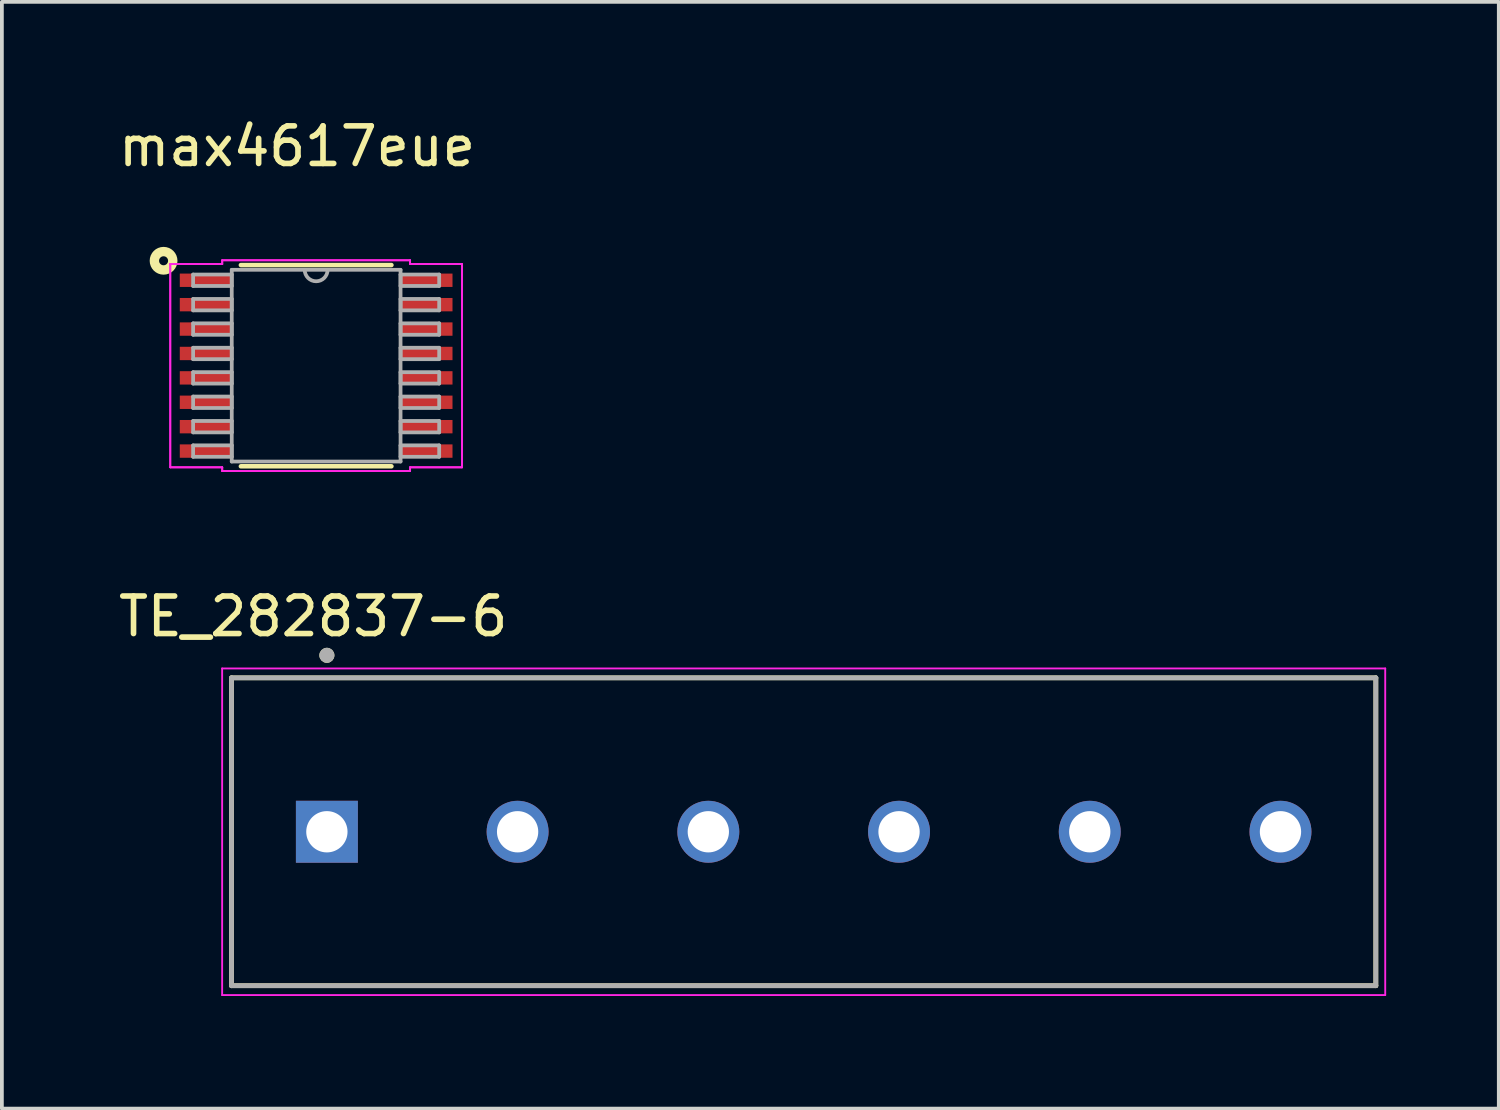
<source format=kicad_pcb>
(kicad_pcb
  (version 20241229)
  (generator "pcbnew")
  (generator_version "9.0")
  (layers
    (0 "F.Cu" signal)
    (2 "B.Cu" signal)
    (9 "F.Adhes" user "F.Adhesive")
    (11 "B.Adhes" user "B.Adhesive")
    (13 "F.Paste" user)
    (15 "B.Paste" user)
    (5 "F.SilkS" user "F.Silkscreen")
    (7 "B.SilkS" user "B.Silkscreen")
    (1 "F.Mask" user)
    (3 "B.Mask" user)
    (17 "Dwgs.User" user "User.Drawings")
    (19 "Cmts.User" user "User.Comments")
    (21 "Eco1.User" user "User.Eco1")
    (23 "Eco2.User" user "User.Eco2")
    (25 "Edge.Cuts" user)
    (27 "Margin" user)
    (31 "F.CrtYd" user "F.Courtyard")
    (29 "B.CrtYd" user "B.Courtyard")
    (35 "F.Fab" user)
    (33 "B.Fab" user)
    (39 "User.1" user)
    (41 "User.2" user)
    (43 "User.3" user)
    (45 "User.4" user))
  (footprint "max4617eue"
    (layer "F.Cu")
    (at 5.371 6.69)
    (property "Reference" "max4617eue" (at -0.508 -5.842 0) (layer "F.SilkS") (effects (font (size 1 1) (thickness 0.15))))
    (attr through_hole)
    (fp_line (start -2.005 2.68) (end 2.005 2.68) (stroke (width 0.12) (type solid)) (layer "F.SilkS"))
    (fp_line (start 2.005 -2.68) (end -2.005 -2.68) (stroke (width 0.12) (type solid)) (layer "F.SilkS"))
    (fp_circle (center -4.064 -2.794) (end -3.944 -2.794) (stroke (width 0.25) (type solid)) (fill no) (layer "F.SilkS"))
    (fp_line (start -3.886 -2.707) (end -2.502 -2.707) (stroke (width 0.05) (type solid)) (layer "F.CrtYd"))
    (fp_line (start -3.886 -2.707) (end -2.502 -2.707) (stroke (width 0.05) (type solid)) (layer "F.CrtYd"))
    (fp_line (start -3.886 2.707) (end -3.886 -2.707) (stroke (width 0.05) (type solid)) (layer "F.CrtYd"))
    (fp_line (start -3.886 2.707) (end -3.886 -2.707) (stroke (width 0.05) (type solid)) (layer "F.CrtYd"))
    (fp_line (start -3.886 2.707) (end -2.502 2.707) (stroke (width 0.05) (type solid)) (layer "F.CrtYd"))
    (fp_line (start -2.502 -2.807) (end 2.502 -2.807) (stroke (width 0.05) (type solid)) (layer "F.CrtYd"))
    (fp_line (start -2.502 -2.807) (end 2.502 -2.807) (stroke (width 0.05) (type solid)) (layer "F.CrtYd"))
    (fp_line (start -2.502 -2.707) (end -2.502 -2.807) (stroke (width 0.05) (type solid)) (layer "F.CrtYd"))
    (fp_line (start -2.502 -2.707) (end -2.502 -2.807) (stroke (width 0.05) (type solid)) (layer "F.CrtYd"))
    (fp_line (start -2.502 2.707) (end -3.886 2.707) (stroke (width 0.05) (type solid)) (layer "F.CrtYd"))
    (fp_line (start -2.502 2.807) (end -2.502 2.707) (stroke (width 0.05) (type solid)) (layer "F.CrtYd"))
    (fp_line (start -2.502 2.807) (end -2.502 2.707) (stroke (width 0.05) (type solid)) (layer "F.CrtYd"))
    (fp_line (start 2.502 -2.807) (end 2.502 -2.707) (stroke (width 0.05) (type solid)) (layer "F.CrtYd"))
    (fp_line (start 2.502 -2.807) (end 2.502 -2.707) (stroke (width 0.05) (type solid)) (layer "F.CrtYd"))
    (fp_line (start 2.502 -2.707) (end 3.886 -2.707) (stroke (width 0.05) (type solid)) (layer "F.CrtYd"))
    (fp_line (start 2.502 2.707) (end 2.502 2.807) (stroke (width 0.05) (type solid)) (layer "F.CrtYd"))
    (fp_line (start 2.502 2.707) (end 2.502 2.807) (stroke (width 0.05) (type solid)) (layer "F.CrtYd"))
    (fp_line (start 2.502 2.807) (end -2.502 2.807) (stroke (width 0.05) (type solid)) (layer "F.CrtYd"))
    (fp_line (start 2.502 2.807) (end -2.502 2.807) (stroke (width 0.05) (type solid)) (layer "F.CrtYd"))
    (fp_line (start 3.886 -2.707) (end 2.502 -2.707) (stroke (width 0.05) (type solid)) (layer "F.CrtYd"))
    (fp_line (start 3.886 -2.707) (end 3.886 2.707) (stroke (width 0.05) (type solid)) (layer "F.CrtYd"))
    (fp_line (start 3.886 -2.707) (end 3.886 2.707) (stroke (width 0.05) (type solid)) (layer "F.CrtYd"))
    (fp_line (start 3.886 2.707) (end 2.502 2.707) (stroke (width 0.05) (type solid)) (layer "F.CrtYd"))
    (fp_line (start 3.886 2.707) (end 2.502 2.707) (stroke (width 0.05) (type solid)) (layer "F.CrtYd"))
    (fp_line (start -3.277 -2.427) (end -3.277 -2.123) (stroke (width 0.1) (type solid)) (layer "F.Fab"))
    (fp_line (start -3.277 -2.123) (end -2.248 -2.123) (stroke (width 0.1) (type solid)) (layer "F.Fab"))
    (fp_line (start -3.277 -1.777) (end -3.277 -1.473) (stroke (width 0.1) (type solid)) (layer "F.Fab"))
    (fp_line (start -3.277 -1.473) (end -2.248 -1.473) (stroke (width 0.1) (type solid)) (layer "F.Fab"))
    (fp_line (start -3.277 -1.127) (end -3.277 -0.823) (stroke (width 0.1) (type solid)) (layer "F.Fab"))
    (fp_line (start -3.277 -0.823) (end -2.248 -0.823) (stroke (width 0.1) (type solid)) (layer "F.Fab"))
    (fp_line (start -3.277 -0.477) (end -3.277 -0.173) (stroke (width 0.1) (type solid)) (layer "F.Fab"))
    (fp_line (start -3.277 -0.173) (end -2.248 -0.173) (stroke (width 0.1) (type solid)) (layer "F.Fab"))
    (fp_line (start -3.277 0.173) (end -3.277 0.477) (stroke (width 0.1) (type solid)) (layer "F.Fab"))
    (fp_line (start -3.277 0.477) (end -2.248 0.477) (stroke (width 0.1) (type solid)) (layer "F.Fab"))
    (fp_line (start -3.277 0.823) (end -3.277 1.127) (stroke (width 0.1) (type solid)) (layer "F.Fab"))
    (fp_line (start -3.277 1.127) (end -2.248 1.127) (stroke (width 0.1) (type solid)) (layer "F.Fab"))
    (fp_line (start -3.277 1.473) (end -3.277 1.777) (stroke (width 0.1) (type solid)) (layer "F.Fab"))
    (fp_line (start -3.277 1.777) (end -2.248 1.777) (stroke (width 0.1) (type solid)) (layer "F.Fab"))
    (fp_line (start -3.277 2.123) (end -3.277 2.427) (stroke (width 0.1) (type solid)) (layer "F.Fab"))
    (fp_line (start -3.277 2.427) (end -2.248 2.427) (stroke (width 0.1) (type solid)) (layer "F.Fab"))
    (fp_line (start -2.248 -2.553) (end -2.248 2.553) (stroke (width 0.1) (type solid)) (layer "F.Fab"))
    (fp_line (start -2.248 -2.427) (end -3.277 -2.427) (stroke (width 0.1) (type solid)) (layer "F.Fab"))
    (fp_line (start -2.248 -2.123) (end -2.248 -2.427) (stroke (width 0.1) (type solid)) (layer "F.Fab"))
    (fp_line (start -2.248 -1.777) (end -3.277 -1.777) (stroke (width 0.1) (type solid)) (layer "F.Fab"))
    (fp_line (start -2.248 -1.473) (end -2.248 -1.777) (stroke (width 0.1) (type solid)) (layer "F.Fab"))
    (fp_line (start -2.248 -1.127) (end -3.277 -1.127) (stroke (width 0.1) (type solid)) (layer "F.Fab"))
    (fp_line (start -2.248 -0.823) (end -2.248 -1.127) (stroke (width 0.1) (type solid)) (layer "F.Fab"))
    (fp_line (start -2.248 -0.477) (end -3.277 -0.477) (stroke (width 0.1) (type solid)) (layer "F.Fab"))
    (fp_line (start -2.248 -0.173) (end -2.248 -0.477) (stroke (width 0.1) (type solid)) (layer "F.Fab"))
    (fp_line (start -2.248 0.173) (end -3.277 0.173) (stroke (width 0.1) (type solid)) (layer "F.Fab"))
    (fp_line (start -2.248 0.477) (end -2.248 0.173) (stroke (width 0.1) (type solid)) (layer "F.Fab"))
    (fp_line (start -2.248 0.823) (end -3.277 0.823) (stroke (width 0.1) (type solid)) (layer "F.Fab"))
    (fp_line (start -2.248 1.127) (end -2.248 0.823) (stroke (width 0.1) (type solid)) (layer "F.Fab"))
    (fp_line (start -2.248 1.473) (end -3.277 1.473) (stroke (width 0.1) (type solid)) (layer "F.Fab"))
    (fp_line (start -2.248 1.777) (end -2.248 1.473) (stroke (width 0.1) (type solid)) (layer "F.Fab"))
    (fp_line (start -2.248 2.123) (end -3.277 2.123) (stroke (width 0.1) (type solid)) (layer "F.Fab"))
    (fp_line (start -2.248 2.427) (end -2.248 2.123) (stroke (width 0.1) (type solid)) (layer "F.Fab"))
    (fp_line (start -2.248 2.553) (end 2.248 2.553) (stroke (width 0.1) (type solid)) (layer "F.Fab"))
    (fp_line (start 2.248 -2.553) (end -2.248 -2.553) (stroke (width 0.1) (type solid)) (layer "F.Fab"))
    (fp_line (start 2.248 -2.427) (end 2.248 -2.123) (stroke (width 0.1) (type solid)) (layer "F.Fab"))
    (fp_line (start 2.248 -2.123) (end 3.277 -2.123) (stroke (width 0.1) (type solid)) (layer "F.Fab"))
    (fp_line (start 2.248 -1.777) (end 2.248 -1.473) (stroke (width 0.1) (type solid)) (layer "F.Fab"))
    (fp_line (start 2.248 -1.473) (end 3.277 -1.473) (stroke (width 0.1) (type solid)) (layer "F.Fab"))
    (fp_line (start 2.248 -1.127) (end 2.248 -0.823) (stroke (width 0.1) (type solid)) (layer "F.Fab"))
    (fp_line (start 2.248 -0.823) (end 3.277 -0.823) (stroke (width 0.1) (type solid)) (layer "F.Fab"))
    (fp_line (start 2.248 -0.477) (end 2.248 -0.173) (stroke (width 0.1) (type solid)) (layer "F.Fab"))
    (fp_line (start 2.248 -0.173) (end 3.277 -0.173) (stroke (width 0.1) (type solid)) (layer "F.Fab"))
    (fp_line (start 2.248 0.173) (end 2.248 0.477) (stroke (width 0.1) (type solid)) (layer "F.Fab"))
    (fp_line (start 2.248 0.477) (end 3.277 0.477) (stroke (width 0.1) (type solid)) (layer "F.Fab"))
    (fp_line (start 2.248 0.823) (end 2.248 1.127) (stroke (width 0.1) (type solid)) (layer "F.Fab"))
    (fp_line (start 2.248 1.127) (end 3.277 1.127) (stroke (width 0.1) (type solid)) (layer "F.Fab"))
    (fp_line (start 2.248 1.473) (end 2.248 1.777) (stroke (width 0.1) (type solid)) (layer "F.Fab"))
    (fp_line (start 2.248 1.777) (end 3.277 1.777) (stroke (width 0.1) (type solid)) (layer "F.Fab"))
    (fp_line (start 2.248 2.123) (end 2.248 2.427) (stroke (width 0.1) (type solid)) (layer "F.Fab"))
    (fp_line (start 2.248 2.427) (end 3.277 2.427) (stroke (width 0.1) (type solid)) (layer "F.Fab"))
    (fp_line (start 2.248 2.553) (end 2.248 -2.553) (stroke (width 0.1) (type solid)) (layer "F.Fab"))
    (fp_line (start 3.277 -2.427) (end 2.248 -2.427) (stroke (width 0.1) (type solid)) (layer "F.Fab"))
    (fp_line (start 3.277 -2.123) (end 3.277 -2.427) (stroke (width 0.1) (type solid)) (layer "F.Fab"))
    (fp_line (start 3.277 -1.777) (end 2.248 -1.777) (stroke (width 0.1) (type solid)) (layer "F.Fab"))
    (fp_line (start 3.277 -1.473) (end 3.277 -1.777) (stroke (width 0.1) (type solid)) (layer "F.Fab"))
    (fp_line (start 3.277 -1.127) (end 2.248 -1.127) (stroke (width 0.1) (type solid)) (layer "F.Fab"))
    (fp_line (start 3.277 -0.823) (end 3.277 -1.127) (stroke (width 0.1) (type solid)) (layer "F.Fab"))
    (fp_line (start 3.277 -0.477) (end 2.248 -0.477) (stroke (width 0.1) (type solid)) (layer "F.Fab"))
    (fp_line (start 3.277 -0.173) (end 3.277 -0.477) (stroke (width 0.1) (type solid)) (layer "F.Fab"))
    (fp_line (start 3.277 0.173) (end 2.248 0.173) (stroke (width 0.1) (type solid)) (layer "F.Fab"))
    (fp_line (start 3.277 0.477) (end 3.277 0.173) (stroke (width 0.1) (type solid)) (layer "F.Fab"))
    (fp_line (start 3.277 0.823) (end 2.248 0.823) (stroke (width 0.1) (type solid)) (layer "F.Fab"))
    (fp_line (start 3.277 1.127) (end 3.277 0.823) (stroke (width 0.1) (type solid)) (layer "F.Fab"))
    (fp_line (start 3.277 1.473) (end 2.248 1.473) (stroke (width 0.1) (type solid)) (layer "F.Fab"))
    (fp_line (start 3.277 1.777) (end 3.277 1.473) (stroke (width 0.1) (type solid)) (layer "F.Fab"))
    (fp_line (start 3.277 2.123) (end 2.248 2.123) (stroke (width 0.1) (type solid)) (layer "F.Fab"))
    (fp_line (start 3.277 2.427) (end 3.277 2.123) (stroke (width 0.1) (type solid)) (layer "F.Fab"))
    (fp_arc (start 0.3048 -2.5527) (mid 0 -2.2479) (end -0.3048 -2.5527) (stroke (width 0.1) (type solid)) (layer "F.Fab"))
    (pad "1" smd rect (at -2.94 -2.275) (size 1.384 0.356) (layers "F.Cu" "F.Mask" "F.Paste"))
    (pad "2" smd rect (at -2.94 -1.625) (size 1.384 0.356) (layers "F.Cu" "F.Mask" "F.Paste"))
    (pad "3" smd rect (at -2.94 -0.975) (size 1.384 0.356) (layers "F.Cu" "F.Mask" "F.Paste"))
    (pad "4" smd rect (at -2.94 -0.325) (size 1.384 0.356) (layers "F.Cu" "F.Mask" "F.Paste"))
    (pad "5" smd rect (at -2.94 0.325) (size 1.384 0.356) (layers "F.Cu" "F.Mask" "F.Paste"))
    (pad "6" smd rect (at -2.94 0.975) (size 1.384 0.356) (layers "F.Cu" "F.Mask" "F.Paste"))
    (pad "7" smd rect (at -2.94 1.625) (size 1.384 0.356) (layers "F.Cu" "F.Mask" "F.Paste"))
    (pad "8" smd rect (at -2.94 2.275) (size 1.384 0.356) (layers "F.Cu" "F.Mask" "F.Paste"))
    (pad "9" smd rect (at 2.94 2.275) (size 1.384 0.356) (layers "F.Cu" "F.Mask" "F.Paste"))
    (pad "10" smd rect (at 2.94 1.625) (size 1.384 0.356) (layers "F.Cu" "F.Mask" "F.Paste"))
    (pad "11" smd rect (at 2.94 0.975) (size 1.384 0.356) (layers "F.Cu" "F.Mask" "F.Paste"))
    (pad "12" smd rect (at 2.94 0.325) (size 1.384 0.356) (layers "F.Cu" "F.Mask" "F.Paste"))
    (pad "13" smd rect (at 2.94 -0.325) (size 1.384 0.356) (layers "F.Cu" "F.Mask" "F.Paste"))
    (pad "14" smd rect (at 2.94 -0.975) (size 1.384 0.356) (layers "F.Cu" "F.Mask" "F.Paste"))
    (pad "15" smd rect (at 2.94 -1.625) (size 1.384 0.356) (layers "F.Cu" "F.Mask" "F.Paste"))
    (pad "16" smd rect (at 2.94 -2.275) (size 1.384 0.356) (layers "F.Cu" "F.Mask" "F.Paste")))
  (footprint "TE_282837-6"
    (layer "F.Cu")
    (at 18.357 19.105)
    (property "Reference" "TE_282837-6" (at -13.065 -5.735 0) (layer "F.SilkS") (effects (font (size 1 1) (thickness 0.15))))
    (attr through_hole)
    (fp_line (start -15.24 -4.1) (end 15.24 -4.1) (stroke (width 0.127) (type solid)) (layer "F.SilkS"))
    (fp_line (start -15.24 4.1) (end -15.24 -4.1) (stroke (width 0.127) (type solid)) (layer "F.SilkS"))
    (fp_line (start 15.24 -4.1) (end 15.24 4.1) (stroke (width 0.127) (type solid)) (layer "F.SilkS"))
    (fp_line (start 15.24 4.1) (end -15.24 4.1) (stroke (width 0.127) (type solid)) (layer "F.SilkS"))
    (fp_circle (center -12.7 -4.7) (end -12.6 -4.7) (stroke (width 0.2) (type solid)) (fill no) (layer "F.SilkS"))
    (fp_line (start -15.49 -4.35) (end 15.49 -4.35) (stroke (width 0.05) (type solid)) (layer "F.CrtYd"))
    (fp_line (start -15.49 4.35) (end -15.49 -4.35) (stroke (width 0.05) (type solid)) (layer "F.CrtYd"))
    (fp_line (start 15.49 -4.35) (end 15.49 4.35) (stroke (width 0.05) (type solid)) (layer "F.CrtYd"))
    (fp_line (start 15.49 4.35) (end -15.49 4.35) (stroke (width 0.05) (type solid)) (layer "F.CrtYd"))
    (fp_line (start -15.24 -4.1) (end 15.24 -4.1) (stroke (width 0.127) (type solid)) (layer "F.Fab"))
    (fp_line (start -15.24 4.1) (end -15.24 -4.1) (stroke (width 0.127) (type solid)) (layer "F.Fab"))
    (fp_line (start 15.24 -4.1) (end 15.24 4.1) (stroke (width 0.127) (type solid)) (layer "F.Fab"))
    (fp_line (start 15.24 4.1) (end -15.24 4.1) (stroke (width 0.127) (type solid)) (layer "F.Fab"))
    (fp_circle (center -12.7 -4.7) (end -12.6 -4.7) (stroke (width 0.2) (type solid)) (fill no) (layer "F.Fab"))
    (pad "1" thru_hole rect (at -12.7 0) (size 1.65 1.65) (drill 1.1) (layers "*.Cu" "*.Mask"))
    (pad "2" thru_hole circle (at -7.62 0) (size 1.65 1.65) (drill 1.1) (layers "*.Cu" "*.Mask"))
    (pad "3" thru_hole circle (at -2.54 0) (size 1.65 1.65) (drill 1.1) (layers "*.Cu" "*.Mask"))
    (pad "4" thru_hole circle (at 2.54 0) (size 1.65 1.65) (drill 1.1) (layers "*.Cu" "*.Mask"))
    (pad "5" thru_hole circle (at 7.62 0) (size 1.65 1.65) (drill 1.1) (layers "*.Cu" "*.Mask"))
    (pad "6" thru_hole circle (at 12.7 0) (size 1.65 1.65) (drill 1.1) (layers "*.Cu" "*.Mask")))
  (gr_rect
    (start -3 -3)
    (end 36.872 26.48)
    (stroke (width 0.1) (type default))
    (fill no)
    (layer "Edge.Cuts")))
</source>
